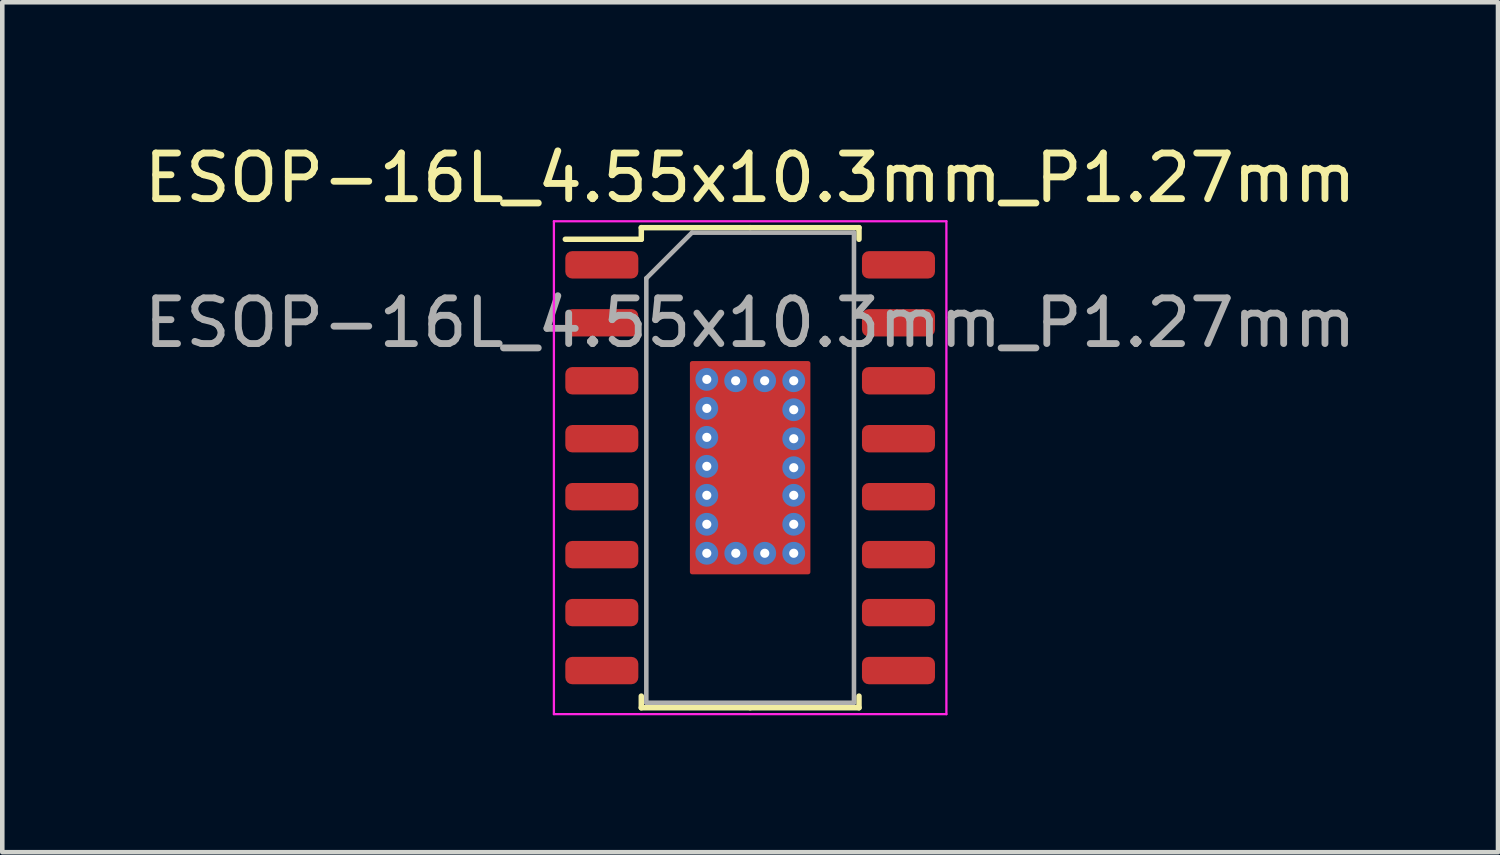
<source format=kicad_pcb>
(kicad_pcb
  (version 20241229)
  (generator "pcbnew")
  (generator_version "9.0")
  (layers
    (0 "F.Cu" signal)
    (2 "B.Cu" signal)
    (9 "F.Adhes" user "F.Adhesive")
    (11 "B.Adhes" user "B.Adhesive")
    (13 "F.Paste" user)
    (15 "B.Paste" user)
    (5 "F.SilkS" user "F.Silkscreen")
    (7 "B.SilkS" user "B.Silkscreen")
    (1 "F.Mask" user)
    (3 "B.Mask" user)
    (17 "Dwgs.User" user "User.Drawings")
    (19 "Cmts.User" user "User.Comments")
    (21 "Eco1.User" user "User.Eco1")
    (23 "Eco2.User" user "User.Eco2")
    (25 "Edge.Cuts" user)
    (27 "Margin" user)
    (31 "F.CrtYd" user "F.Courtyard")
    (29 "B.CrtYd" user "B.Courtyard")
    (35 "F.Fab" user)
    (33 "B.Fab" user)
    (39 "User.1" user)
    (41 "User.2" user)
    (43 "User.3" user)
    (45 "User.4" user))
  (footprint "ESOP-16L_4.55x10.3mm_P1.27mm"
    (layer "F.Cu")
    (at 13.387 7.198)
    (property "Reference" "ESOP-16L_4.55x10.3mm_P1.27mm" (at 0 -6.35 0) (layer "F.SilkS") (effects (font (size 1 1) (thickness 0.15))))
    (attr through_hole)
    (fp_poly (pts (xy -1.27 -2.286) (xy 1.27 -2.286) (xy 1.27 2.286) (xy -1.27 2.286)) (stroke (width 0.1) (type solid)) (fill yes) (layer "F.Cu"))
    (fp_line (start -2.385 -5.26) (end -2.385 -5.005) (stroke (width 0.12) (type solid)) (layer "F.SilkS"))
    (fp_line (start -2.385 -5.005) (end -4.05 -5.005) (stroke (width 0.12) (type solid)) (layer "F.SilkS"))
    (fp_line (start -2.385 5.26) (end -2.385 5.005) (stroke (width 0.12) (type solid)) (layer "F.SilkS"))
    (fp_line (start 0 -5.26) (end -2.385 -5.26) (stroke (width 0.12) (type solid)) (layer "F.SilkS"))
    (fp_line (start 0 -5.26) (end 2.385 -5.26) (stroke (width 0.12) (type solid)) (layer "F.SilkS"))
    (fp_line (start 0 5.26) (end -2.385 5.26) (stroke (width 0.12) (type solid)) (layer "F.SilkS"))
    (fp_line (start 0 5.26) (end 2.385 5.26) (stroke (width 0.12) (type solid)) (layer "F.SilkS"))
    (fp_line (start 2.385 -5.26) (end 2.385 -5.005) (stroke (width 0.12) (type solid)) (layer "F.SilkS"))
    (fp_line (start 2.385 5.26) (end 2.385 5.005) (stroke (width 0.12) (type solid)) (layer "F.SilkS"))
    (fp_line (start -4.3 -5.4) (end -4.3 5.4) (stroke (width 0.05) (type solid)) (layer "F.CrtYd"))
    (fp_line (start -4.3 5.4) (end 4.3 5.4) (stroke (width 0.05) (type solid)) (layer "F.CrtYd"))
    (fp_line (start 4.3 -5.4) (end -4.3 -5.4) (stroke (width 0.05) (type solid)) (layer "F.CrtYd"))
    (fp_line (start 4.3 5.4) (end 4.3 -5.4) (stroke (width 0.05) (type solid)) (layer "F.CrtYd"))
    (fp_line (start -2.275 -4.15) (end -1.275 -5.15) (stroke (width 0.1) (type solid)) (layer "F.Fab"))
    (fp_line (start -2.275 5.15) (end -2.275 -4.15) (stroke (width 0.1) (type solid)) (layer "F.Fab"))
    (fp_line (start -1.275 -5.15) (end 2.275 -5.15) (stroke (width 0.1) (type solid)) (layer "F.Fab"))
    (fp_line (start 2.275 -5.15) (end 2.275 5.15) (stroke (width 0.1) (type solid)) (layer "F.Fab"))
    (fp_line (start 2.275 5.15) (end -2.275 5.15) (stroke (width 0.1) (type solid)) (layer "F.Fab"))
    (fp_text user "${REFERENCE}" (at 0 -3.175 0) (layer "F.Fab") (effects (font (size 1 1) (thickness 0.15))))
    (pad "1" smd roundrect (at -3.25 -4.445) (size 1.6 0.6) (layers "F.Cu" "F.Mask" "F.Paste") (roundrect_rratio 0.25))
    (pad "2" smd roundrect (at -3.25 -3.175) (size 1.6 0.6) (layers "F.Cu" "F.Mask" "F.Paste") (roundrect_rratio 0.25))
    (pad "3" smd roundrect (at -3.25 -1.905) (size 1.6 0.6) (layers "F.Cu" "F.Mask" "F.Paste") (roundrect_rratio 0.25))
    (pad "4" smd roundrect (at -3.25 -0.635) (size 1.6 0.6) (layers "F.Cu" "F.Mask" "F.Paste") (roundrect_rratio 0.25))
    (pad "5" smd roundrect (at -3.25 0.635) (size 1.6 0.6) (layers "F.Cu" "F.Mask" "F.Paste") (roundrect_rratio 0.25))
    (pad "6" smd roundrect (at -3.25 1.905) (size 1.6 0.6) (layers "F.Cu" "F.Mask" "F.Paste") (roundrect_rratio 0.25))
    (pad "7" smd roundrect (at -3.25 3.175) (size 1.6 0.6) (layers "F.Cu" "F.Mask" "F.Paste") (roundrect_rratio 0.25))
    (pad "8" smd roundrect (at -3.25 4.445) (size 1.6 0.6) (layers "F.Cu" "F.Mask" "F.Paste") (roundrect_rratio 0.25))
    (pad "9" smd roundrect (at 3.25 4.445) (size 1.6 0.6) (layers "F.Cu" "F.Mask" "F.Paste") (roundrect_rratio 0.25))
    (pad "10" smd roundrect (at 3.25 3.175) (size 1.6 0.6) (layers "F.Cu" "F.Mask" "F.Paste") (roundrect_rratio 0.25))
    (pad "11" smd roundrect (at 3.25 1.905) (size 1.6 0.6) (layers "F.Cu" "F.Mask" "F.Paste") (roundrect_rratio 0.25))
    (pad "12" smd roundrect (at 3.25 0.635) (size 1.6 0.6) (layers "F.Cu" "F.Mask" "F.Paste") (roundrect_rratio 0.25))
    (pad "13" smd roundrect (at 3.25 -0.635) (size 1.6 0.6) (layers "F.Cu" "F.Mask" "F.Paste") (roundrect_rratio 0.25))
    (pad "14" smd roundrect (at 3.25 -1.905) (size 1.6 0.6) (layers "F.Cu" "F.Mask" "F.Paste") (roundrect_rratio 0.25))
    (pad "15" smd roundrect (at 3.25 -3.175) (size 1.6 0.6) (layers "F.Cu" "F.Mask" "F.Paste") (roundrect_rratio 0.25))
    (pad "16" smd roundrect (at 3.25 -4.445) (size 1.6 0.6) (layers "F.Cu" "F.Mask" "F.Paste") (roundrect_rratio 0.25))
    (pad "17" thru_hole circle (at -0.95 -1.935) (size 0.5 0.5) (drill 0.2) (layers "*.Cu"))
    (pad "17" thru_hole circle (at -0.95 -1.3) (size 0.5 0.5) (drill 0.2) (layers "*.Cu"))
    (pad "17" thru_hole circle (at -0.95 -0.665) (size 0.5 0.5) (drill 0.2) (layers "*.Cu"))
    (pad "17" thru_hole circle (at -0.95 -0.03) (size 0.5 0.5) (drill 0.2) (layers "*.Cu"))
    (pad "17" thru_hole circle (at -0.95 0.605) (size 0.5 0.5) (drill 0.2) (layers "*.Cu"))
    (pad "17" thru_hole circle (at -0.95 1.24) (size 0.5 0.5) (drill 0.2) (layers "*.Cu"))
    (pad "17" thru_hole circle (at -0.95 1.875) (size 0.5 0.5) (drill 0.2) (layers "*.Cu"))
    (pad "17" thru_hole circle (at -0.318 -1.905) (size 0.5 0.5) (drill 0.2) (layers "*.Cu"))
    (pad "17" thru_hole circle (at -0.315 1.875) (size 0.5 0.5) (drill 0.2) (layers "*.Cu"))
    (pad "17" thru_hole circle (at 0.318 -1.905) (size 0.5 0.5) (drill 0.2) (layers "*.Cu"))
    (pad "17" thru_hole circle (at 0.32 1.875) (size 0.5 0.5) (drill 0.2) (layers "*.Cu"))
    (pad "17" thru_hole circle (at 0.955 -1.905) (size 0.5 0.5) (drill 0.2) (layers "*.Cu"))
    (pad "17" thru_hole circle (at 0.955 -1.27) (size 0.5 0.5) (drill 0.2) (layers "*.Cu"))
    (pad "17" thru_hole circle (at 0.955 -0.635) (size 0.5 0.5) (drill 0.2) (layers "*.Cu"))
    (pad "17" thru_hole circle (at 0.955 0) (size 0.5 0.5) (drill 0.2) (layers "*.Cu"))
    (pad "17" thru_hole circle (at 0.955 0.605) (size 0.5 0.5) (drill 0.2) (layers "*.Cu"))
    (pad "17" thru_hole circle (at 0.955 1.24) (size 0.5 0.5) (drill 0.2) (layers "*.Cu"))
    (pad "17" thru_hole circle (at 0.955 1.875) (size 0.5 0.5) (drill 0.2) (layers "*.Cu")))
  (gr_rect
    (start -3 -3)
    (end 29.774 15.623)
    (stroke (width 0.1) (type default))
    (fill no)
    (layer "Edge.Cuts")))
</source>
